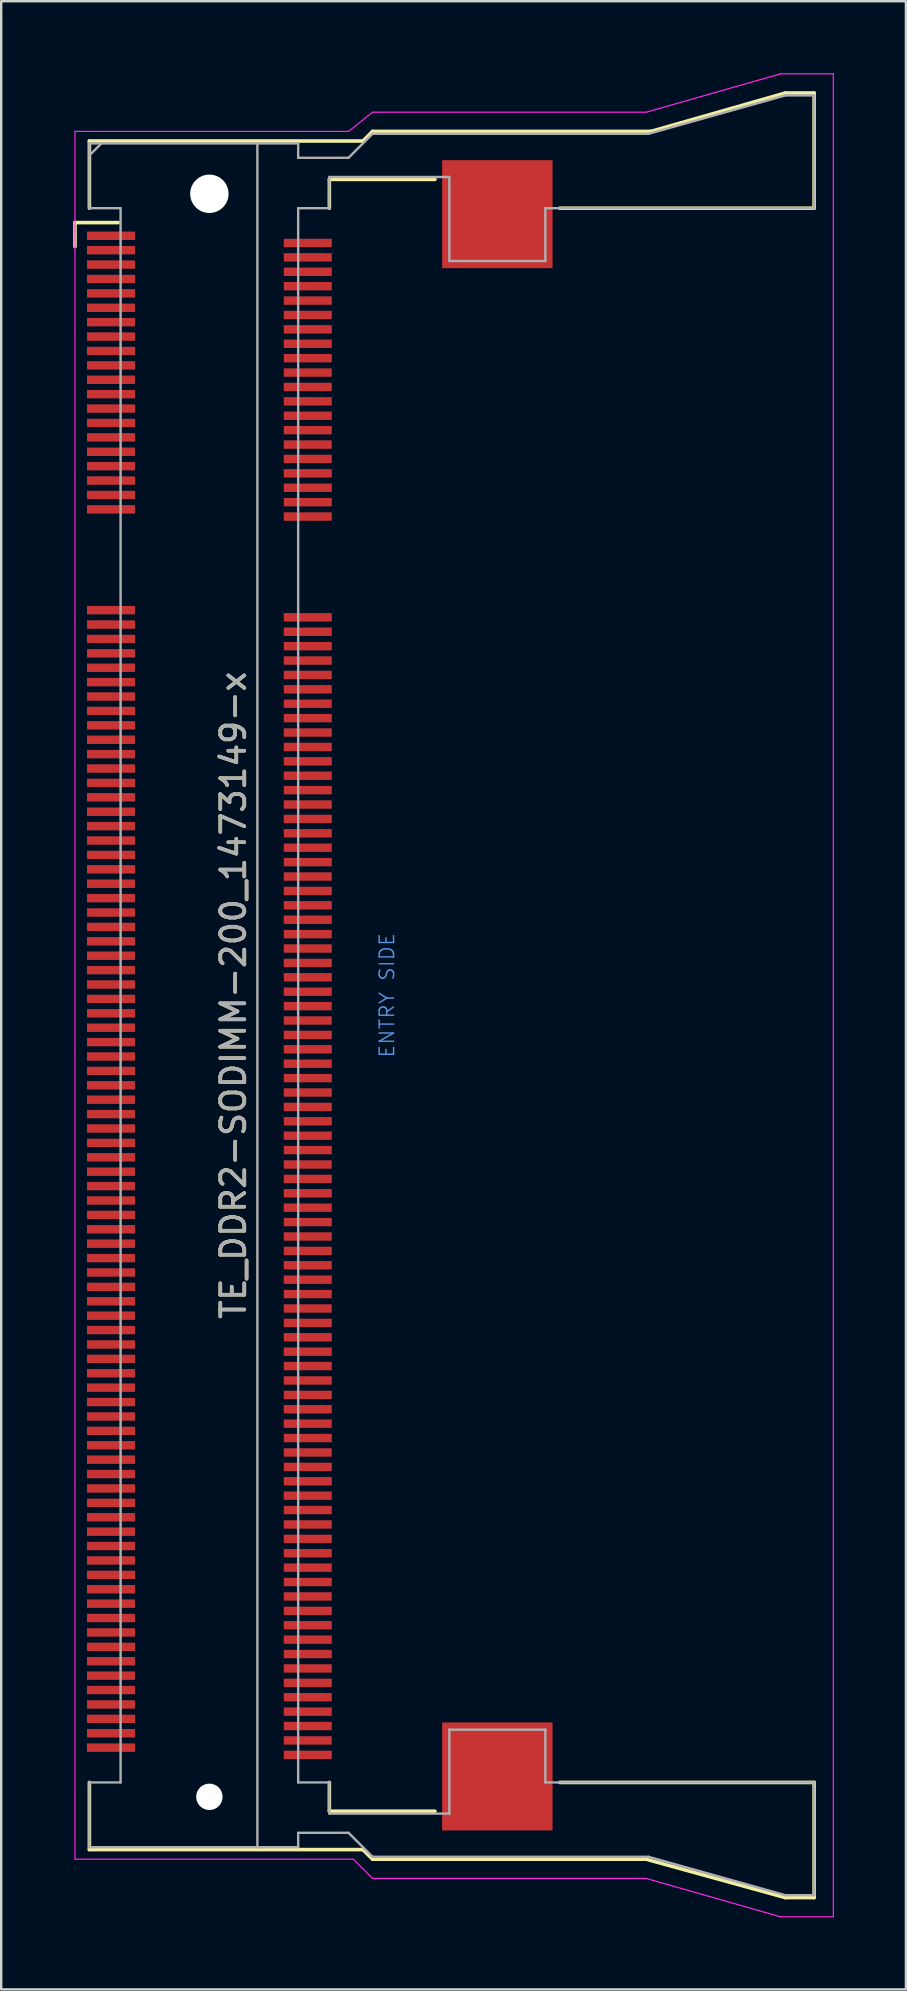
<source format=kicad_pcb>
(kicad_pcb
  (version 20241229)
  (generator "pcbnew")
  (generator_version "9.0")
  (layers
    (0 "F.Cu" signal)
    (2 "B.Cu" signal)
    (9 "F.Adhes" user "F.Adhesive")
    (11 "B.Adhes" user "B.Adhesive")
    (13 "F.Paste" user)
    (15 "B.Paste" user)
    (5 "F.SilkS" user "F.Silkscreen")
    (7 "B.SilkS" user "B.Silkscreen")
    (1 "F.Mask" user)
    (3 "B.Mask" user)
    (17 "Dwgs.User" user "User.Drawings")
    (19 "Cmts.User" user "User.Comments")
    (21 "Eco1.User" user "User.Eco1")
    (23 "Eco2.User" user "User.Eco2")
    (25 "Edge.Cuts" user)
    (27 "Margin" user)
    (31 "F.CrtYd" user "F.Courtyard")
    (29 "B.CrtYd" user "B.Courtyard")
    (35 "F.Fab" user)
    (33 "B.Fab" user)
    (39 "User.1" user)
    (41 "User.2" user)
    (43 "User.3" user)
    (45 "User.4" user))
  (footprint "TE_DDR2-SODIMM-200_1473149-x"
    (layer "F.Cu")
    (at 10.275 38.425)
    (property "Reference" "TE_DDR2-SODIMM-200_1473149-x" (at -3.6 0 90) (layer "F.SilkS") (effects (font (size 1 1) (thickness 0.15))))
    (attr smd)
    (fp_line (start -10.2 -32.2) (end -8.4 -32.2) (stroke (width 0.15) (type solid)) (layer "F.SilkS"))
    (fp_line (start -10.2 -31.2) (end -10.2 -32.2) (stroke (width 0.15) (type solid)) (layer "F.SilkS"))
    (fp_line (start -9.6 -35.6) (end 1.8 -35.6) (stroke (width 0.15) (type solid)) (layer "F.SilkS"))
    (fp_line (start -9.6 -32.8) (end -9.6 -35.6) (stroke (width 0.15) (type solid)) (layer "F.SilkS"))
    (fp_line (start -9.6 32.8) (end -9.6 35.6) (stroke (width 0.15) (type solid)) (layer "F.SilkS"))
    (fp_line (start -9.6 35.6) (end 1.8 35.6) (stroke (width 0.15) (type solid)) (layer "F.SilkS"))
    (fp_line (start 0.4 -34) (end 4.8 -34) (stroke (width 0.15) (type solid)) (layer "F.SilkS"))
    (fp_line (start 0.4 -32.8) (end 0.4 -34) (stroke (width 0.15) (type solid)) (layer "F.SilkS"))
    (fp_line (start 0.4 34) (end 0.4 32.8) (stroke (width 0.15) (type solid)) (layer "F.SilkS"))
    (fp_line (start 1.8 -35.6) (end 2.2 -36) (stroke (width 0.15) (type solid)) (layer "F.SilkS"))
    (fp_line (start 1.8 35.6) (end 2.2 36) (stroke (width 0.15) (type solid)) (layer "F.SilkS"))
    (fp_line (start 2.2 -36) (end 13.8 -36) (stroke (width 0.15) (type solid)) (layer "F.SilkS"))
    (fp_line (start 2.2 36) (end 13.6 36) (stroke (width 0.15) (type solid)) (layer "F.SilkS"))
    (fp_line (start 4.8 34) (end 0.4 34) (stroke (width 0.15) (type solid)) (layer "F.SilkS"))
    (fp_line (start 10 -32.8) (end 20.6 -32.8) (stroke (width 0.15) (type solid)) (layer "F.SilkS"))
    (fp_line (start 10 32.8) (end 20.6 32.8) (stroke (width 0.15) (type solid)) (layer "F.SilkS"))
    (fp_line (start 13.6 36) (end 19.4 37.6) (stroke (width 0.15) (type solid)) (layer "F.SilkS"))
    (fp_line (start 13.8 -36) (end 19.4 -37.6) (stroke (width 0.15) (type solid)) (layer "F.SilkS"))
    (fp_line (start 19.4 -37.6) (end 20.6 -37.6) (stroke (width 0.15) (type solid)) (layer "F.SilkS"))
    (fp_line (start 19.4 37.6) (end 20.6 37.6) (stroke (width 0.15) (type solid)) (layer "F.SilkS"))
    (fp_line (start 20.6 -37.6) (end 20.6 -32.8) (stroke (width 0.15) (type solid)) (layer "F.SilkS"))
    (fp_line (start 20.6 37.6) (end 20.6 32.8) (stroke (width 0.15) (type solid)) (layer "F.SilkS"))
    (fp_line (start -10.2 -36) (end -10.2 36) (stroke (width 0.05) (type solid)) (layer "F.CrtYd"))
    (fp_line (start -10.2 -36) (end 1.2 -36) (stroke (width 0.05) (type solid)) (layer "F.CrtYd"))
    (fp_line (start -10.2 36) (end 1.4 36) (stroke (width 0.05) (type solid)) (layer "F.CrtYd"))
    (fp_line (start 1.4 36) (end 2.2 36.8) (stroke (width 0.05) (type solid)) (layer "F.CrtYd"))
    (fp_line (start 2.2 -36.8) (end 1.2 -36) (stroke (width 0.05) (type solid)) (layer "F.CrtYd"))
    (fp_line (start 2.2 36.8) (end 13.6 36.8) (stroke (width 0.05) (type solid)) (layer "F.CrtYd"))
    (fp_line (start 13.6 -36.8) (end 2.2 -36.8) (stroke (width 0.05) (type solid)) (layer "F.CrtYd"))
    (fp_line (start 13.6 36.8) (end 19.2 38.4) (stroke (width 0.05) (type solid)) (layer "F.CrtYd"))
    (fp_line (start 19.2 -38.4) (end 13.6 -36.8) (stroke (width 0.05) (type solid)) (layer "F.CrtYd"))
    (fp_line (start 19.2 38.4) (end 21.4 38.4) (stroke (width 0.05) (type solid)) (layer "F.CrtYd"))
    (fp_line (start 21.4 -38.4) (end 19.2 -38.4) (stroke (width 0.05) (type solid)) (layer "F.CrtYd"))
    (fp_line (start 21.4 38.4) (end 21.4 -38.4) (stroke (width 0.05) (type solid)) (layer "F.CrtYd"))
    (fp_line (start -9.6 -35.5) (end -9.6 -32.8) (stroke (width 0.1) (type solid)) (layer "F.Fab"))
    (fp_line (start -9.6 -35.5) (end -2.6 -35.5) (stroke (width 0.1) (type solid)) (layer "F.Fab"))
    (fp_line (start -9.6 -35) (end -9.1 -35.5) (stroke (width 0.1) (type solid)) (layer "F.Fab"))
    (fp_line (start -9.6 -32.8) (end -8.3 -32.8) (stroke (width 0.1) (type solid)) (layer "F.Fab"))
    (fp_line (start -9.6 32.8) (end -8.3 32.8) (stroke (width 0.1) (type solid)) (layer "F.Fab"))
    (fp_line (start -9.6 35.5) (end -9.6 32.8) (stroke (width 0.1) (type solid)) (layer "F.Fab"))
    (fp_line (start -8.3 32.8) (end -8.3 -32.8) (stroke (width 0.1) (type solid)) (layer "F.Fab"))
    (fp_line (start -2.6 -35.5) (end -2.6 35.5) (stroke (width 0.1) (type solid)) (layer "F.Fab"))
    (fp_line (start -2.6 35.5) (end -9.6 35.5) (stroke (width 0.1) (type solid)) (layer "F.Fab"))
    (fp_line (start -0.9 -35.5) (end -2.6 -35.5) (stroke (width 0.1) (type solid)) (layer "F.Fab"))
    (fp_line (start -0.9 -35.5) (end -0.9 -34.9) (stroke (width 0.1) (type solid)) (layer "F.Fab"))
    (fp_line (start -0.9 -32.8) (end -0.9 32.8) (stroke (width 0.1) (type solid)) (layer "F.Fab"))
    (fp_line (start -0.9 -32.8) (end 0.4 -32.8) (stroke (width 0.1) (type solid)) (layer "F.Fab"))
    (fp_line (start -0.9 34.9) (end -0.9 35.5) (stroke (width 0.1) (type solid)) (layer "F.Fab"))
    (fp_line (start -0.9 34.9) (end 1.2 34.9) (stroke (width 0.1) (type solid)) (layer "F.Fab"))
    (fp_line (start -0.9 35.5) (end -2.6 35.5) (stroke (width 0.1) (type solid)) (layer "F.Fab"))
    (fp_line (start 0.4 -34.1) (end 5.4 -34.1) (stroke (width 0.1) (type solid)) (layer "F.Fab"))
    (fp_line (start 0.4 -32.8) (end 0.4 -34.1) (stroke (width 0.1) (type solid)) (layer "F.Fab"))
    (fp_line (start 0.4 32.8) (end -0.9 32.8) (stroke (width 0.1) (type solid)) (layer "F.Fab"))
    (fp_line (start 0.4 34.1) (end 0.4 32.8) (stroke (width 0.1) (type solid)) (layer "F.Fab"))
    (fp_line (start 0.4 34.1) (end 5.4 34.1) (stroke (width 0.1) (type solid)) (layer "F.Fab"))
    (fp_line (start 1.2 -34.9) (end -0.9 -34.9) (stroke (width 0.1) (type solid)) (layer "F.Fab"))
    (fp_line (start 1.2 -34.9) (end 2.2 -35.9) (stroke (width 0.1) (type solid)) (layer "F.Fab"))
    (fp_line (start 1.2 34.9) (end 2.2 35.9) (stroke (width 0.1) (type solid)) (layer "F.Fab"))
    (fp_line (start 2.2 -35.9) (end 13.7 -35.9) (stroke (width 0.1) (type solid)) (layer "F.Fab"))
    (fp_line (start 5.4 -34.1) (end 5.4 -30.6) (stroke (width 0.1) (type solid)) (layer "F.Fab"))
    (fp_line (start 5.4 -30.6) (end 9.4 -30.6) (stroke (width 0.1) (type solid)) (layer "F.Fab"))
    (fp_line (start 5.4 30.6) (end 9.4 30.6) (stroke (width 0.1) (type solid)) (layer "F.Fab"))
    (fp_line (start 5.4 34.1) (end 5.4 30.6) (stroke (width 0.1) (type solid)) (layer "F.Fab"))
    (fp_line (start 9.4 -32.8) (end 20.6 -32.8) (stroke (width 0.1) (type solid)) (layer "F.Fab"))
    (fp_line (start 9.4 -30.6) (end 9.4 -32.8) (stroke (width 0.1) (type solid)) (layer "F.Fab"))
    (fp_line (start 9.4 30.6) (end 9.4 32.8) (stroke (width 0.1) (type solid)) (layer "F.Fab"))
    (fp_line (start 9.4 32.8) (end 20.6 32.8) (stroke (width 0.1) (type solid)) (layer "F.Fab"))
    (fp_line (start 13.7 35.9) (end 2.2 35.9) (stroke (width 0.1) (type solid)) (layer "F.Fab"))
    (fp_line (start 13.7 35.9) (end 19.4 37.5) (stroke (width 0.1) (type solid)) (layer "F.Fab"))
    (fp_line (start 19.4 -37.5) (end 13.7 -35.9) (stroke (width 0.1) (type solid)) (layer "F.Fab"))
    (fp_line (start 20.6 -37.5) (end 19.4 -37.5) (stroke (width 0.1) (type solid)) (layer "F.Fab"))
    (fp_line (start 20.6 -32.8) (end 20.6 -37.5) (stroke (width 0.1) (type solid)) (layer "F.Fab"))
    (fp_line (start 20.6 37.5) (end 19.4 37.5) (stroke (width 0.1) (type solid)) (layer "F.Fab"))
    (fp_line (start 20.6 37.5) (end 20.6 32.8) (stroke (width 0.1) (type solid)) (layer "F.Fab"))
    (fp_text user "ENTRY SIDE" (at 2.8 0 90) (layer "Cmts.User") (effects (font (size 0.6 0.6) (thickness 0.06))))
    (fp_text user "${REFERENCE}" (at -3.6 0 90) (layer "F.Fab") (effects (font (size 1 1) (thickness 0.15))))
    (pad "" np_thru_hole circle (at -4.6 -33.4) (size 1.6 1.6) (drill 1.6) (layers "*.Cu"))
    (pad "" np_thru_hole circle (at -4.6 33.4) (size 1.1 1.1) (drill 1.1) (layers "*.Cu"))
    (pad "" smd rect (at 7.4 -32.55) (size 4.6 4.5) (layers "F.Cu" "F.Mask" "F.Paste"))
    (pad "" smd rect (at 7.4 32.55) (size 4.6 4.5) (layers "F.Cu" "F.Mask" "F.Paste"))
    (pad "1" smd rect (at -8.7 -31.65) (size 2 0.35) (layers "F.Cu" "F.Mask" "F.Paste"))
    (pad "2" smd rect (at -0.5 -31.35) (size 2 0.35) (layers "F.Cu" "F.Mask" "F.Paste"))
    (pad "3" smd rect (at -8.7 -31.05) (size 2 0.35) (layers "F.Cu" "F.Mask" "F.Paste"))
    (pad "4" smd rect (at -0.5 -30.75) (size 2 0.35) (layers "F.Cu" "F.Mask" "F.Paste"))
    (pad "5" smd rect (at -8.7 -30.45) (size 2 0.35) (layers "F.Cu" "F.Mask" "F.Paste"))
    (pad "6" smd rect (at -0.5 -30.15) (size 2 0.35) (layers "F.Cu" "F.Mask" "F.Paste"))
    (pad "7" smd rect (at -8.7 -29.85) (size 2 0.35) (layers "F.Cu" "F.Mask" "F.Paste"))
    (pad "8" smd rect (at -0.5 -29.55) (size 2 0.35) (layers "F.Cu" "F.Mask" "F.Paste"))
    (pad "9" smd rect (at -8.7 -29.25) (size 2 0.35) (layers "F.Cu" "F.Mask" "F.Paste"))
    (pad "10" smd rect (at -0.5 -28.95) (size 2 0.35) (layers "F.Cu" "F.Mask" "F.Paste"))
    (pad "11" smd rect (at -8.7 -28.65) (size 2 0.35) (layers "F.Cu" "F.Mask" "F.Paste"))
    (pad "12" smd rect (at -0.5 -28.35) (size 2 0.35) (layers "F.Cu" "F.Mask" "F.Paste"))
    (pad "13" smd rect (at -8.7 -28.05) (size 2 0.35) (layers "F.Cu" "F.Mask" "F.Paste"))
    (pad "14" smd rect (at -0.5 -27.75) (size 2 0.35) (layers "F.Cu" "F.Mask" "F.Paste"))
    (pad "15" smd rect (at -8.7 -27.45) (size 2 0.35) (layers "F.Cu" "F.Mask" "F.Paste"))
    (pad "16" smd rect (at -0.5 -27.15) (size 2 0.35) (layers "F.Cu" "F.Mask" "F.Paste"))
    (pad "17" smd rect (at -8.7 -26.85) (size 2 0.35) (layers "F.Cu" "F.Mask" "F.Paste"))
    (pad "18" smd rect (at -0.5 -26.55) (size 2 0.35) (layers "F.Cu" "F.Mask" "F.Paste"))
    (pad "19" smd rect (at -8.7 -26.25) (size 2 0.35) (layers "F.Cu" "F.Mask" "F.Paste"))
    (pad "20" smd rect (at -0.5 -25.95) (size 2 0.35) (layers "F.Cu" "F.Mask" "F.Paste"))
    (pad "21" smd rect (at -8.7 -25.65) (size 2 0.35) (layers "F.Cu" "F.Mask" "F.Paste"))
    (pad "22" smd rect (at -0.5 -25.35) (size 2 0.35) (layers "F.Cu" "F.Mask" "F.Paste"))
    (pad "23" smd rect (at -8.7 -25.05) (size 2 0.35) (layers "F.Cu" "F.Mask" "F.Paste"))
    (pad "24" smd rect (at -0.5 -24.75) (size 2 0.35) (layers "F.Cu" "F.Mask" "F.Paste"))
    (pad "25" smd rect (at -8.7 -24.45) (size 2 0.35) (layers "F.Cu" "F.Mask" "F.Paste"))
    (pad "26" smd rect (at -0.5 -24.15) (size 2 0.35) (layers "F.Cu" "F.Mask" "F.Paste"))
    (pad "27" smd rect (at -8.7 -23.85) (size 2 0.35) (layers "F.Cu" "F.Mask" "F.Paste"))
    (pad "28" smd rect (at -0.5 -23.55) (size 2 0.35) (layers "F.Cu" "F.Mask" "F.Paste"))
    (pad "29" smd rect (at -8.7 -23.25) (size 2 0.35) (layers "F.Cu" "F.Mask" "F.Paste"))
    (pad "30" smd rect (at -0.5 -22.95) (size 2 0.35) (layers "F.Cu" "F.Mask" "F.Paste"))
    (pad "31" smd rect (at -8.7 -22.65) (size 2 0.35) (layers "F.Cu" "F.Mask" "F.Paste"))
    (pad "32" smd rect (at -0.5 -22.35) (size 2 0.35) (layers "F.Cu" "F.Mask" "F.Paste"))
    (pad "33" smd rect (at -8.7 -22.05) (size 2 0.35) (layers "F.Cu" "F.Mask" "F.Paste"))
    (pad "34" smd rect (at -0.5 -21.75) (size 2 0.35) (layers "F.Cu" "F.Mask" "F.Paste"))
    (pad "35" smd rect (at -8.7 -21.45) (size 2 0.35) (layers "F.Cu" "F.Mask" "F.Paste"))
    (pad "36" smd rect (at -0.5 -21.15) (size 2 0.35) (layers "F.Cu" "F.Mask" "F.Paste"))
    (pad "37" smd rect (at -8.7 -20.85) (size 2 0.35) (layers "F.Cu" "F.Mask" "F.Paste"))
    (pad "38" smd rect (at -0.5 -20.55) (size 2 0.35) (layers "F.Cu" "F.Mask" "F.Paste"))
    (pad "39" smd rect (at -8.7 -20.25) (size 2 0.35) (layers "F.Cu" "F.Mask" "F.Paste"))
    (pad "40" smd rect (at -0.5 -19.95) (size 2 0.35) (layers "F.Cu" "F.Mask" "F.Paste"))
    (pad "41" smd rect (at -8.7 -16.05) (size 2 0.35) (layers "F.Cu" "F.Mask" "F.Paste"))
    (pad "42" smd rect (at -0.5 -15.75) (size 2 0.35) (layers "F.Cu" "F.Mask" "F.Paste"))
    (pad "43" smd rect (at -8.7 -15.45) (size 2 0.35) (layers "F.Cu" "F.Mask" "F.Paste"))
    (pad "44" smd rect (at -0.5 -15.15) (size 2 0.35) (layers "F.Cu" "F.Mask" "F.Paste"))
    (pad "45" smd rect (at -8.7 -14.85) (size 2 0.35) (layers "F.Cu" "F.Mask" "F.Paste"))
    (pad "46" smd rect (at -0.5 -14.55) (size 2 0.35) (layers "F.Cu" "F.Mask" "F.Paste"))
    (pad "47" smd rect (at -8.7 -14.25) (size 2 0.35) (layers "F.Cu" "F.Mask" "F.Paste"))
    (pad "48" smd rect (at -0.5 -13.95) (size 2 0.35) (layers "F.Cu" "F.Mask" "F.Paste"))
    (pad "49" smd rect (at -8.7 -13.65) (size 2 0.35) (layers "F.Cu" "F.Mask" "F.Paste"))
    (pad "50" smd rect (at -0.5 -13.35) (size 2 0.35) (layers "F.Cu" "F.Mask" "F.Paste"))
    (pad "51" smd rect (at -8.7 -13.05) (size 2 0.35) (layers "F.Cu" "F.Mask" "F.Paste"))
    (pad "52" smd rect (at -0.5 -12.75) (size 2 0.35) (layers "F.Cu" "F.Mask" "F.Paste"))
    (pad "53" smd rect (at -8.7 -12.45) (size 2 0.35) (layers "F.Cu" "F.Mask" "F.Paste"))
    (pad "54" smd rect (at -0.5 -12.15) (size 2 0.35) (layers "F.Cu" "F.Mask" "F.Paste"))
    (pad "55" smd rect (at -8.7 -11.85) (size 2 0.35) (layers "F.Cu" "F.Mask" "F.Paste"))
    (pad "56" smd rect (at -0.5 -11.55) (size 2 0.35) (layers "F.Cu" "F.Mask" "F.Paste"))
    (pad "57" smd rect (at -8.7 -11.25) (size 2 0.35) (layers "F.Cu" "F.Mask" "F.Paste"))
    (pad "58" smd rect (at -0.5 -10.95) (size 2 0.35) (layers "F.Cu" "F.Mask" "F.Paste"))
    (pad "59" smd rect (at -8.7 -10.65) (size 2 0.35) (layers "F.Cu" "F.Mask" "F.Paste"))
    (pad "60" smd rect (at -0.5 -10.35) (size 2 0.35) (layers "F.Cu" "F.Mask" "F.Paste"))
    (pad "61" smd rect (at -8.7 -10.05) (size 2 0.35) (layers "F.Cu" "F.Mask" "F.Paste"))
    (pad "62" smd rect (at -0.5 -9.75) (size 2 0.35) (layers "F.Cu" "F.Mask" "F.Paste"))
    (pad "63" smd rect (at -8.7 -9.45) (size 2 0.35) (layers "F.Cu" "F.Mask" "F.Paste"))
    (pad "64" smd rect (at -0.5 -9.15) (size 2 0.35) (layers "F.Cu" "F.Mask" "F.Paste"))
    (pad "65" smd rect (at -8.7 -8.85) (size 2 0.35) (layers "F.Cu" "F.Mask" "F.Paste"))
    (pad "66" smd rect (at -0.5 -8.55) (size 2 0.35) (layers "F.Cu" "F.Mask" "F.Paste"))
    (pad "67" smd rect (at -8.7 -8.25) (size 2 0.35) (layers "F.Cu" "F.Mask" "F.Paste"))
    (pad "68" smd rect (at -0.5 -7.95) (size 2 0.35) (layers "F.Cu" "F.Mask" "F.Paste"))
    (pad "69" smd rect (at -8.7 -7.65) (size 2 0.35) (layers "F.Cu" "F.Mask" "F.Paste"))
    (pad "70" smd rect (at -0.5 -7.35) (size 2 0.35) (layers "F.Cu" "F.Mask" "F.Paste"))
    (pad "71" smd rect (at -8.7 -7.05) (size 2 0.35) (layers "F.Cu" "F.Mask" "F.Paste"))
    (pad "72" smd rect (at -0.5 -6.75) (size 2 0.35) (layers "F.Cu" "F.Mask" "F.Paste"))
    (pad "73" smd rect (at -8.7 -6.45) (size 2 0.35) (layers "F.Cu" "F.Mask" "F.Paste"))
    (pad "74" smd rect (at -0.5 -6.15) (size 2 0.35) (layers "F.Cu" "F.Mask" "F.Paste"))
    (pad "75" smd rect (at -8.7 -5.85) (size 2 0.35) (layers "F.Cu" "F.Mask" "F.Paste"))
    (pad "76" smd rect (at -0.5 -5.55) (size 2 0.35) (layers "F.Cu" "F.Mask" "F.Paste"))
    (pad "77" smd rect (at -8.7 -5.25) (size 2 0.35) (layers "F.Cu" "F.Mask" "F.Paste"))
    (pad "78" smd rect (at -0.5 -4.95) (size 2 0.35) (layers "F.Cu" "F.Mask" "F.Paste"))
    (pad "79" smd rect (at -8.7 -4.65) (size 2 0.35) (layers "F.Cu" "F.Mask" "F.Paste"))
    (pad "80" smd rect (at -0.5 -4.35) (size 2 0.35) (layers "F.Cu" "F.Mask" "F.Paste"))
    (pad "81" smd rect (at -8.7 -4.05) (size 2 0.35) (layers "F.Cu" "F.Mask" "F.Paste"))
    (pad "82" smd rect (at -0.5 -3.75) (size 2 0.35) (layers "F.Cu" "F.Mask" "F.Paste"))
    (pad "83" smd rect (at -8.7 -3.45) (size 2 0.35) (layers "F.Cu" "F.Mask" "F.Paste"))
    (pad "84" smd rect (at -0.5 -3.15) (size 2 0.35) (layers "F.Cu" "F.Mask" "F.Paste"))
    (pad "85" smd rect (at -8.7 -2.85) (size 2 0.35) (layers "F.Cu" "F.Mask" "F.Paste"))
    (pad "86" smd rect (at -0.5 -2.55) (size 2 0.35) (layers "F.Cu" "F.Mask" "F.Paste"))
    (pad "87" smd rect (at -8.7 -2.25) (size 2 0.35) (layers "F.Cu" "F.Mask" "F.Paste"))
    (pad "88" smd rect (at -0.5 -1.95) (size 2 0.35) (layers "F.Cu" "F.Mask" "F.Paste"))
    (pad "89" smd rect (at -8.7 -1.65) (size 2 0.35) (layers "F.Cu" "F.Mask" "F.Paste"))
    (pad "90" smd rect (at -0.5 -1.35) (size 2 0.35) (layers "F.Cu" "F.Mask" "F.Paste"))
    (pad "91" smd rect (at -8.7 -1.05) (size 2 0.35) (layers "F.Cu" "F.Mask" "F.Paste"))
    (pad "92" smd rect (at -0.5 -0.75) (size 2 0.35) (layers "F.Cu" "F.Mask" "F.Paste"))
    (pad "93" smd rect (at -8.7 -0.45) (size 2 0.35) (layers "F.Cu" "F.Mask" "F.Paste"))
    (pad "94" smd rect (at -0.5 -0.15) (size 2 0.35) (layers "F.Cu" "F.Mask" "F.Paste"))
    (pad "95" smd rect (at -8.7 0.15) (size 2 0.35) (layers "F.Cu" "F.Mask" "F.Paste"))
    (pad "96" smd rect (at -0.5 0.45) (size 2 0.35) (layers "F.Cu" "F.Mask" "F.Paste"))
    (pad "97" smd rect (at -8.7 0.75) (size 2 0.35) (layers "F.Cu" "F.Mask" "F.Paste"))
    (pad "98" smd rect (at -0.5 1.05) (size 2 0.35) (layers "F.Cu" "F.Mask" "F.Paste"))
    (pad "99" smd rect (at -8.7 1.35) (size 2 0.35) (layers "F.Cu" "F.Mask" "F.Paste"))
    (pad "100" smd rect (at -0.5 1.65) (size 2 0.35) (layers "F.Cu" "F.Mask" "F.Paste"))
    (pad "101" smd rect (at -8.7 1.95) (size 2 0.35) (layers "F.Cu" "F.Mask" "F.Paste"))
    (pad "102" smd rect (at -0.5 2.25) (size 2 0.35) (layers "F.Cu" "F.Mask" "F.Paste"))
    (pad "103" smd rect (at -8.7 2.55) (size 2 0.35) (layers "F.Cu" "F.Mask" "F.Paste"))
    (pad "104" smd rect (at -0.5 2.85) (size 2 0.35) (layers "F.Cu" "F.Mask" "F.Paste"))
    (pad "105" smd rect (at -8.7 3.15) (size 2 0.35) (layers "F.Cu" "F.Mask" "F.Paste"))
    (pad "106" smd rect (at -0.5 3.45) (size 2 0.35) (layers "F.Cu" "F.Mask" "F.Paste"))
    (pad "107" smd rect (at -8.7 3.75) (size 2 0.35) (layers "F.Cu" "F.Mask" "F.Paste"))
    (pad "108" smd rect (at -0.5 4.05) (size 2 0.35) (layers "F.Cu" "F.Mask" "F.Paste"))
    (pad "109" smd rect (at -8.7 4.35) (size 2 0.35) (layers "F.Cu" "F.Mask" "F.Paste"))
    (pad "110" smd rect (at -0.5 4.65) (size 2 0.35) (layers "F.Cu" "F.Mask" "F.Paste"))
    (pad "111" smd rect (at -8.7 4.95) (size 2 0.35) (layers "F.Cu" "F.Mask" "F.Paste"))
    (pad "112" smd rect (at -0.5 5.25) (size 2 0.35) (layers "F.Cu" "F.Mask" "F.Paste"))
    (pad "113" smd rect (at -8.7 5.55) (size 2 0.35) (layers "F.Cu" "F.Mask" "F.Paste"))
    (pad "114" smd rect (at -0.5 5.85) (size 2 0.35) (layers "F.Cu" "F.Mask" "F.Paste"))
    (pad "115" smd rect (at -8.7 6.15) (size 2 0.35) (layers "F.Cu" "F.Mask" "F.Paste"))
    (pad "116" smd rect (at -0.5 6.45) (size 2 0.35) (layers "F.Cu" "F.Mask" "F.Paste"))
    (pad "117" smd rect (at -8.7 6.75) (size 2 0.35) (layers "F.Cu" "F.Mask" "F.Paste"))
    (pad "118" smd rect (at -0.5 7.05) (size 2 0.35) (layers "F.Cu" "F.Mask" "F.Paste"))
    (pad "119" smd rect (at -8.7 7.35) (size 2 0.35) (layers "F.Cu" "F.Mask" "F.Paste"))
    (pad "120" smd rect (at -0.5 7.65) (size 2 0.35) (layers "F.Cu" "F.Mask" "F.Paste"))
    (pad "121" smd rect (at -8.7 7.95) (size 2 0.35) (layers "F.Cu" "F.Mask" "F.Paste"))
    (pad "122" smd rect (at -0.5 8.25) (size 2 0.35) (layers "F.Cu" "F.Mask" "F.Paste"))
    (pad "123" smd rect (at -8.7 8.55) (size 2 0.35) (layers "F.Cu" "F.Mask" "F.Paste"))
    (pad "124" smd rect (at -0.5 8.85) (size 2 0.35) (layers "F.Cu" "F.Mask" "F.Paste"))
    (pad "125" smd rect (at -8.7 9.15) (size 2 0.35) (layers "F.Cu" "F.Mask" "F.Paste"))
    (pad "126" smd rect (at -0.5 9.45) (size 2 0.35) (layers "F.Cu" "F.Mask" "F.Paste"))
    (pad "127" smd rect (at -8.7 9.75) (size 2 0.35) (layers "F.Cu" "F.Mask" "F.Paste"))
    (pad "128" smd rect (at -0.5 10.05) (size 2 0.35) (layers "F.Cu" "F.Mask" "F.Paste"))
    (pad "129" smd rect (at -8.7 10.35) (size 2 0.35) (layers "F.Cu" "F.Mask" "F.Paste"))
    (pad "130" smd rect (at -0.5 10.65) (size 2 0.35) (layers "F.Cu" "F.Mask" "F.Paste"))
    (pad "131" smd rect (at -8.7 10.95) (size 2 0.35) (layers "F.Cu" "F.Mask" "F.Paste"))
    (pad "132" smd rect (at -0.5 11.25) (size 2 0.35) (layers "F.Cu" "F.Mask" "F.Paste"))
    (pad "133" smd rect (at -8.7 11.55) (size 2 0.35) (layers "F.Cu" "F.Mask" "F.Paste"))
    (pad "134" smd rect (at -0.5 11.85) (size 2 0.35) (layers "F.Cu" "F.Mask" "F.Paste"))
    (pad "135" smd rect (at -8.7 12.15) (size 2 0.35) (layers "F.Cu" "F.Mask" "F.Paste"))
    (pad "136" smd rect (at -0.5 12.45) (size 2 0.35) (layers "F.Cu" "F.Mask" "F.Paste"))
    (pad "137" smd rect (at -8.7 12.75) (size 2 0.35) (layers "F.Cu" "F.Mask" "F.Paste"))
    (pad "138" smd rect (at -0.5 13.05) (size 2 0.35) (layers "F.Cu" "F.Mask" "F.Paste"))
    (pad "139" smd rect (at -8.7 13.35) (size 2 0.35) (layers "F.Cu" "F.Mask" "F.Paste"))
    (pad "140" smd rect (at -0.5 13.65) (size 2 0.35) (layers "F.Cu" "F.Mask" "F.Paste"))
    (pad "141" smd rect (at -8.7 13.95) (size 2 0.35) (layers "F.Cu" "F.Mask" "F.Paste"))
    (pad "142" smd rect (at -0.5 14.25) (size 2 0.35) (layers "F.Cu" "F.Mask" "F.Paste"))
    (pad "143" smd rect (at -8.7 14.55) (size 2 0.35) (layers "F.Cu" "F.Mask" "F.Paste"))
    (pad "144" smd rect (at -0.5 14.85) (size 2 0.35) (layers "F.Cu" "F.Mask" "F.Paste"))
    (pad "145" smd rect (at -8.7 15.15) (size 2 0.35) (layers "F.Cu" "F.Mask" "F.Paste"))
    (pad "146" smd rect (at -0.5 15.45) (size 2 0.35) (layers "F.Cu" "F.Mask" "F.Paste"))
    (pad "147" smd rect (at -8.7 15.75) (size 2 0.35) (layers "F.Cu" "F.Mask" "F.Paste"))
    (pad "148" smd rect (at -0.5 16.05) (size 2 0.35) (layers "F.Cu" "F.Mask" "F.Paste"))
    (pad "149" smd rect (at -8.7 16.35) (size 2 0.35) (layers "F.Cu" "F.Mask" "F.Paste"))
    (pad "150" smd rect (at -0.5 16.65) (size 2 0.35) (layers "F.Cu" "F.Mask" "F.Paste"))
    (pad "151" smd rect (at -8.7 16.95) (size 2 0.35) (layers "F.Cu" "F.Mask" "F.Paste"))
    (pad "152" smd rect (at -0.5 17.25) (size 2 0.35) (layers "F.Cu" "F.Mask" "F.Paste"))
    (pad "153" smd rect (at -8.7 17.55) (size 2 0.35) (layers "F.Cu" "F.Mask" "F.Paste"))
    (pad "154" smd rect (at -0.5 17.85) (size 2 0.35) (layers "F.Cu" "F.Mask" "F.Paste"))
    (pad "155" smd rect (at -8.7 18.15) (size 2 0.35) (layers "F.Cu" "F.Mask" "F.Paste"))
    (pad "156" smd rect (at -0.5 18.45) (size 2 0.35) (layers "F.Cu" "F.Mask" "F.Paste"))
    (pad "157" smd rect (at -8.7 18.75) (size 2 0.35) (layers "F.Cu" "F.Mask" "F.Paste"))
    (pad "158" smd rect (at -0.5 19.05) (size 2 0.35) (layers "F.Cu" "F.Mask" "F.Paste"))
    (pad "159" smd rect (at -8.7 19.35) (size 2 0.35) (layers "F.Cu" "F.Mask" "F.Paste"))
    (pad "160" smd rect (at -0.5 19.65) (size 2 0.35) (layers "F.Cu" "F.Mask" "F.Paste"))
    (pad "161" smd rect (at -8.7 19.95) (size 2 0.35) (layers "F.Cu" "F.Mask" "F.Paste"))
    (pad "162" smd rect (at -0.5 20.25) (size 2 0.35) (layers "F.Cu" "F.Mask" "F.Paste"))
    (pad "163" smd rect (at -8.7 20.55) (size 2 0.35) (layers "F.Cu" "F.Mask" "F.Paste"))
    (pad "164" smd rect (at -0.5 20.85) (size 2 0.35) (layers "F.Cu" "F.Mask" "F.Paste"))
    (pad "165" smd rect (at -8.7 21.15) (size 2 0.35) (layers "F.Cu" "F.Mask" "F.Paste"))
    (pad "166" smd rect (at -0.5 21.45) (size 2 0.35) (layers "F.Cu" "F.Mask" "F.Paste"))
    (pad "167" smd rect (at -8.7 21.75) (size 2 0.35) (layers "F.Cu" "F.Mask" "F.Paste"))
    (pad "168" smd rect (at -0.5 22.05) (size 2 0.35) (layers "F.Cu" "F.Mask" "F.Paste"))
    (pad "169" smd rect (at -8.7 22.35) (size 2 0.35) (layers "F.Cu" "F.Mask" "F.Paste"))
    (pad "170" smd rect (at -0.5 22.65) (size 2 0.35) (layers "F.Cu" "F.Mask" "F.Paste"))
    (pad "171" smd rect (at -8.7 22.95) (size 2 0.35) (layers "F.Cu" "F.Mask" "F.Paste"))
    (pad "172" smd rect (at -0.5 23.25) (size 2 0.35) (layers "F.Cu" "F.Mask" "F.Paste"))
    (pad "173" smd rect (at -8.7 23.55) (size 2 0.35) (layers "F.Cu" "F.Mask" "F.Paste"))
    (pad "174" smd rect (at -0.5 23.85) (size 2 0.35) (layers "F.Cu" "F.Mask" "F.Paste"))
    (pad "175" smd rect (at -8.7 24.15) (size 2 0.35) (layers "F.Cu" "F.Mask" "F.Paste"))
    (pad "176" smd rect (at -0.5 24.45) (size 2 0.35) (layers "F.Cu" "F.Mask" "F.Paste"))
    (pad "177" smd rect (at -8.7 24.75) (size 2 0.35) (layers "F.Cu" "F.Mask" "F.Paste"))
    (pad "178" smd rect (at -0.5 25.05) (size 2 0.35) (layers "F.Cu" "F.Mask" "F.Paste"))
    (pad "179" smd rect (at -8.7 25.35) (size 2 0.35) (layers "F.Cu" "F.Mask" "F.Paste"))
    (pad "180" smd rect (at -0.5 25.65) (size 2 0.35) (layers "F.Cu" "F.Mask" "F.Paste"))
    (pad "181" smd rect (at -8.7 25.95) (size 2 0.35) (layers "F.Cu" "F.Mask" "F.Paste"))
    (pad "182" smd rect (at -0.5 26.25) (size 2 0.35) (layers "F.Cu" "F.Mask" "F.Paste"))
    (pad "183" smd rect (at -8.7 26.55) (size 2 0.35) (layers "F.Cu" "F.Mask" "F.Paste"))
    (pad "184" smd rect (at -0.5 26.85) (size 2 0.35) (layers "F.Cu" "F.Mask" "F.Paste"))
    (pad "185" smd rect (at -8.7 27.15) (size 2 0.35) (layers "F.Cu" "F.Mask" "F.Paste"))
    (pad "186" smd rect (at -0.5 27.45) (size 2 0.35) (layers "F.Cu" "F.Mask" "F.Paste"))
    (pad "187" smd rect (at -8.7 27.75) (size 2 0.35) (layers "F.Cu" "F.Mask" "F.Paste"))
    (pad "188" smd rect (at -0.5 28.05) (size 2 0.35) (layers "F.Cu" "F.Mask" "F.Paste"))
    (pad "189" smd rect (at -8.7 28.35) (size 2 0.35) (layers "F.Cu" "F.Mask" "F.Paste"))
    (pad "190" smd rect (at -0.5 28.65) (size 2 0.35) (layers "F.Cu" "F.Mask" "F.Paste"))
    (pad "191" smd rect (at -8.7 28.95) (size 2 0.35) (layers "F.Cu" "F.Mask" "F.Paste"))
    (pad "192" smd rect (at -0.5 29.25) (size 2 0.35) (layers "F.Cu" "F.Mask" "F.Paste"))
    (pad "193" smd rect (at -8.7 29.55) (size 2 0.35) (layers "F.Cu" "F.Mask" "F.Paste"))
    (pad "194" smd rect (at -0.5 29.85) (size 2 0.35) (layers "F.Cu" "F.Mask" "F.Paste"))
    (pad "195" smd rect (at -8.7 30.15) (size 2 0.35) (layers "F.Cu" "F.Mask" "F.Paste"))
    (pad "196" smd rect (at -0.5 30.45) (size 2 0.35) (layers "F.Cu" "F.Mask" "F.Paste"))
    (pad "197" smd rect (at -8.7 30.75) (size 2 0.35) (layers "F.Cu" "F.Mask" "F.Paste"))
    (pad "198" smd rect (at -0.5 31.05) (size 2 0.35) (layers "F.Cu" "F.Mask" "F.Paste"))
    (pad "199" smd rect (at -8.7 31.35) (size 2 0.35) (layers "F.Cu" "F.Mask" "F.Paste"))
    (pad "200" smd rect (at -0.5 31.65) (size 2 0.35) (layers "F.Cu" "F.Mask" "F.Paste")))
  (gr_rect
    (start -3 -3)
    (end 34.7 79.85)
    (stroke (width 0.1) (type default))
    (fill no)
    (layer "Edge.Cuts")))
</source>
